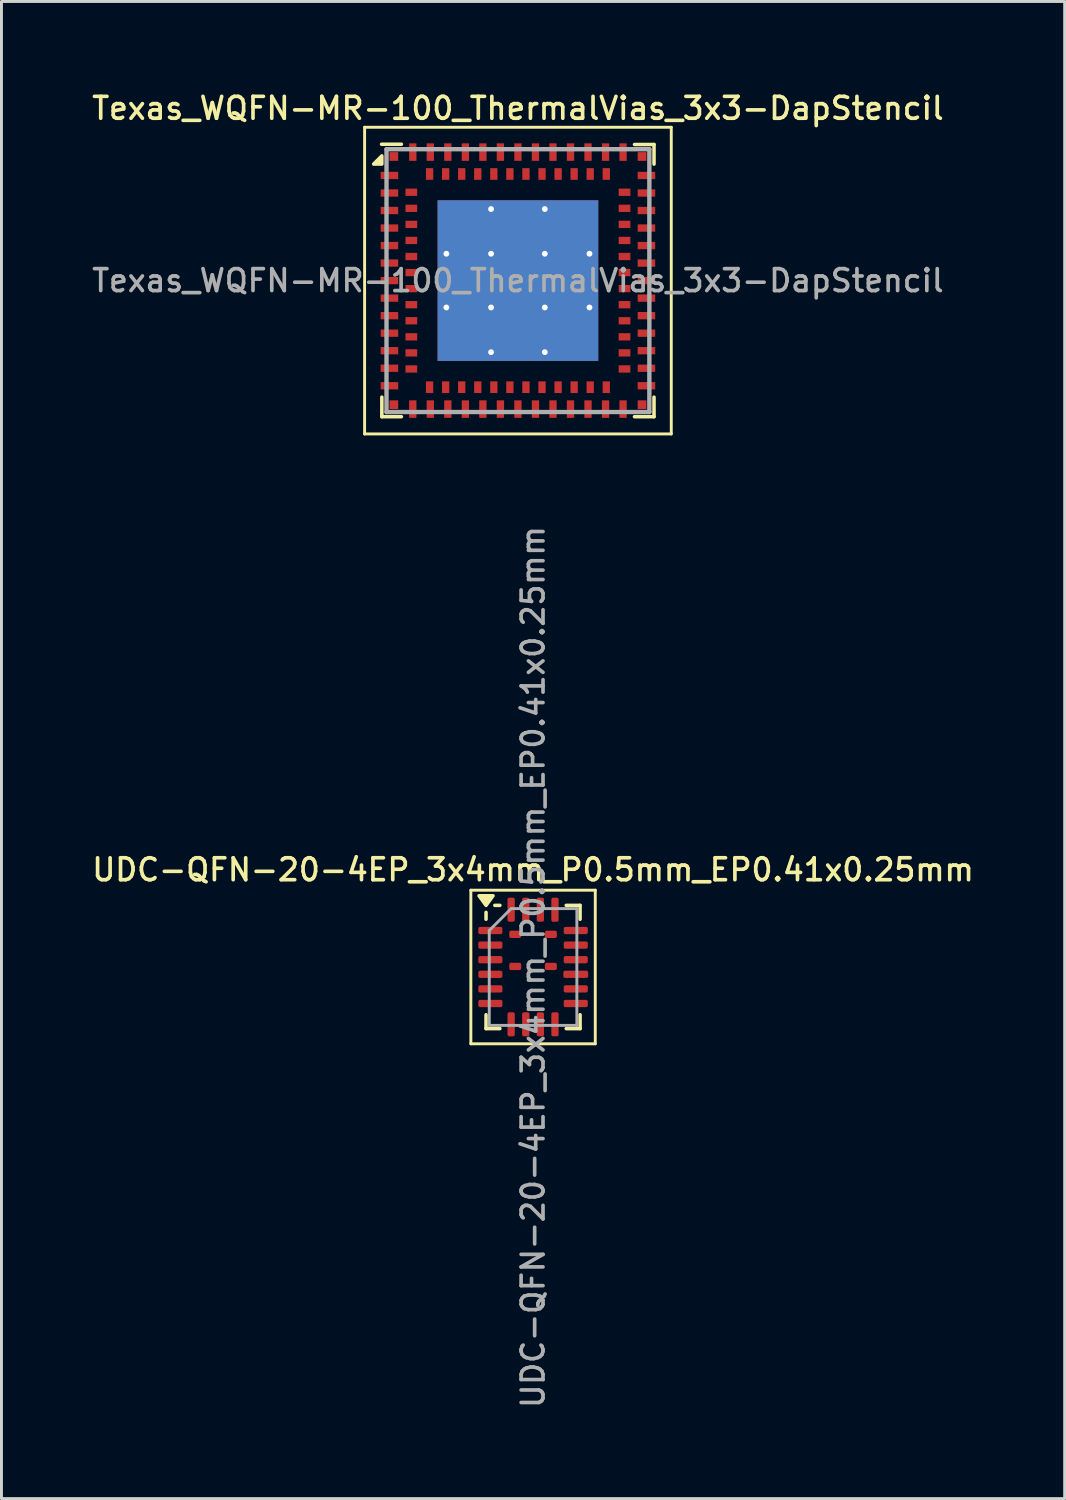
<source format=kicad_pcb>
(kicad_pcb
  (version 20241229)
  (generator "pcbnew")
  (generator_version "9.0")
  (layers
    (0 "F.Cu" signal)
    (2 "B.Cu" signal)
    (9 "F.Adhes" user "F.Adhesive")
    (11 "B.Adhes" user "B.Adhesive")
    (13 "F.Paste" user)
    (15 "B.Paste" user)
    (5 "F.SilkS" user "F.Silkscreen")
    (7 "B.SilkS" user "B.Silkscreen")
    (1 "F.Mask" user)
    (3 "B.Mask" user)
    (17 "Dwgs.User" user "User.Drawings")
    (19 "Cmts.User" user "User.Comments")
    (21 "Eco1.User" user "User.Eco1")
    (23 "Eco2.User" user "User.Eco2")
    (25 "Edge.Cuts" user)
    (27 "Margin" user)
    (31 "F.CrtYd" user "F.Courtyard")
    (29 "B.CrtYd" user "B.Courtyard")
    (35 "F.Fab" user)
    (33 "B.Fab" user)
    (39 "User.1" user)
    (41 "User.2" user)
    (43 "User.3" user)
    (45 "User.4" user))
  (footprint "UDC-QFN-20-4EP_3x4mm_P0.5mm_EP0.41x0.25mm"
    (layer "F.Cu")
    (at 15.202 30.06)
    (property "Reference" "UDC-QFN-20-4EP_3x4mm_P0.5mm_EP0.41x0.25mm" (at 0 -3.33 0) (layer "F.SilkS") (effects (font (size 0.75 0.75) (thickness 0.125))))
    (attr smd)
    (fp_line (start -2.13 -2.63) (end -2.13 2.63) (stroke (width 0.1) (type solid)) (layer "F.SilkS"))
    (fp_line (start -2.13 2.63) (end 2.13 2.63) (stroke (width 0.1) (type solid)) (layer "F.SilkS"))
    (fp_line (start -1.61 -1.635) (end -1.61 -1.87) (stroke (width 0.12) (type solid)) (layer "F.SilkS"))
    (fp_line (start -1.61 2.11) (end -1.61 1.635) (stroke (width 0.12) (type solid)) (layer "F.SilkS"))
    (fp_line (start -1.135 -2.11) (end -1.31 -2.11) (stroke (width 0.12) (type solid)) (layer "F.SilkS"))
    (fp_line (start -1.135 2.11) (end -1.61 2.11) (stroke (width 0.12) (type solid)) (layer "F.SilkS"))
    (fp_line (start 1.135 -2.11) (end 1.61 -2.11) (stroke (width 0.12) (type solid)) (layer "F.SilkS"))
    (fp_line (start 1.135 2.11) (end 1.61 2.11) (stroke (width 0.12) (type solid)) (layer "F.SilkS"))
    (fp_line (start 1.61 -2.11) (end 1.61 -1.635) (stroke (width 0.12) (type solid)) (layer "F.SilkS"))
    (fp_line (start 1.61 2.11) (end 1.61 1.635) (stroke (width 0.12) (type solid)) (layer "F.SilkS"))
    (fp_line (start 2.13 -2.63) (end -2.13 -2.63) (stroke (width 0.1) (type solid)) (layer "F.SilkS"))
    (fp_line (start 2.13 2.63) (end 2.13 -2.63) (stroke (width 0.1) (type solid)) (layer "F.SilkS"))
    (fp_poly (pts (xy -1.61 -2.11) (xy -1.85 -2.44) (xy -1.37 -2.44) (xy -1.61 -2.11)) (stroke (width 0.12) (type solid)) (fill yes) (layer "F.SilkS"))
    (fp_line (start -1.5 -1.25) (end -0.75 -2) (stroke (width 0.1) (type solid)) (layer "F.Fab"))
    (fp_line (start -1.5 2) (end -1.5 -1.25) (stroke (width 0.1) (type solid)) (layer "F.Fab"))
    (fp_line (start -0.75 -2) (end 1.5 -2) (stroke (width 0.1) (type solid)) (layer "F.Fab"))
    (fp_line (start 1.5 -2) (end 1.5 2) (stroke (width 0.1) (type solid)) (layer "F.Fab"))
    (fp_line (start 1.5 2) (end -1.5 2) (stroke (width 0.1) (type solid)) (layer "F.Fab"))
    (fp_text user "${REFERENCE}" (at 0 0 90) (layer "F.Fab") (effects (font (size 0.75 0.75) (thickness 0.125))))
    (pad "1" smd roundrect (at -1.462 -1.25) (size 0.825 0.25) (layers "F.Cu" "F.Mask" "F.Paste") (roundrect_rratio 0.25))
    (pad "2" smd roundrect (at -1.462 -0.75) (size 0.825 0.25) (layers "F.Cu" "F.Mask" "F.Paste") (roundrect_rratio 0.25))
    (pad "3" smd roundrect (at -1.462 -0.25) (size 0.825 0.25) (layers "F.Cu" "F.Mask" "F.Paste") (roundrect_rratio 0.25))
    (pad "4" smd roundrect (at -1.462 0.25) (size 0.825 0.25) (layers "F.Cu" "F.Mask" "F.Paste") (roundrect_rratio 0.25))
    (pad "5" smd roundrect (at -1.462 0.75) (size 0.825 0.25) (layers "F.Cu" "F.Mask" "F.Paste") (roundrect_rratio 0.25))
    (pad "6" smd roundrect (at -1.462 1.25) (size 0.825 0.25) (layers "F.Cu" "F.Mask" "F.Paste") (roundrect_rratio 0.25))
    (pad "7" smd roundrect (at -0.75 1.962) (size 0.25 0.825) (layers "F.Cu" "F.Mask" "F.Paste") (roundrect_rratio 0.25))
    (pad "8" smd roundrect (at -0.25 1.962) (size 0.25 0.825) (layers "F.Cu" "F.Mask" "F.Paste") (roundrect_rratio 0.25))
    (pad "9" smd roundrect (at 0.25 1.962) (size 0.25 0.825) (layers "F.Cu" "F.Mask" "F.Paste") (roundrect_rratio 0.25))
    (pad "10" smd roundrect (at 0.75 1.962) (size 0.25 0.825) (layers "F.Cu" "F.Mask" "F.Paste") (roundrect_rratio 0.25))
    (pad "11" smd roundrect (at 1.462 1.25) (size 0.825 0.25) (layers "F.Cu" "F.Mask" "F.Paste") (roundrect_rratio 0.25))
    (pad "12" smd roundrect (at 1.462 0.75) (size 0.825 0.25) (layers "F.Cu" "F.Mask" "F.Paste") (roundrect_rratio 0.25))
    (pad "13" smd roundrect (at 1.462 0.25) (size 0.85 0.25) (layers "F.Cu" "F.Mask" "F.Paste") (roundrect_rratio 0.25))
    (pad "14" smd roundrect (at 1.462 -0.25) (size 0.825 0.25) (layers "F.Cu" "F.Mask" "F.Paste") (roundrect_rratio 0.25))
    (pad "15" smd roundrect (at 1.462 -0.75) (size 0.825 0.25) (layers "F.Cu" "F.Mask" "F.Paste") (roundrect_rratio 0.25))
    (pad "16" smd roundrect (at 1.462 -1.25) (size 0.825 0.25) (layers "F.Cu" "F.Mask" "F.Paste") (roundrect_rratio 0.25))
    (pad "17" smd roundrect (at 0.75 -1.962) (size 0.25 0.825) (layers "F.Cu" "F.Mask" "F.Paste") (roundrect_rratio 0.25))
    (pad "18" smd roundrect (at 0.25 -1.962) (size 0.25 0.825) (layers "F.Cu" "F.Mask" "F.Paste") (roundrect_rratio 0.25))
    (pad "19" smd roundrect (at -0.25 -1.962) (size 0.25 0.825) (layers "F.Cu" "F.Mask" "F.Paste") (roundrect_rratio 0.25))
    (pad "20" smd roundrect (at -0.75 -1.962) (size 0.25 0.825) (layers "F.Cu" "F.Mask" "F.Paste") (roundrect_rratio 0.25))
    (pad "21" smd roundrect (at -0.61 -1.119) (size 0.41 0.25) (layers "F.Cu" "F.Mask" "F.Paste") (roundrect_rratio 0.25))
    (pad "22" smd roundrect (at 0.61 -1.119) (size 0.41 0.25) (layers "F.Cu" "F.Mask" "F.Paste") (roundrect_rratio 0.25))
    (pad "23" smd roundrect (at -0.61 -0.019) (size 0.41 0.25) (layers "F.Cu" "F.Mask" "F.Paste") (roundrect_rratio 0.25))
    (pad "24" smd roundrect (at 0.61 -0.019) (size 0.41 0.25) (layers "F.Cu" "F.Mask" "F.Paste") (roundrect_rratio 0.25)))
  (footprint "Texas_WQFN-MR-100_ThermalVias_3x3-DapStencil"
    (layer "F.Cu")
    (at 14.684 6.558)
    (property "Reference" "Texas_WQFN-MR-100_ThermalVias_3x3-DapStencil" (at 0 -5.9 0) (layer "F.SilkS") (effects (font (size 0.75 0.75) (thickness 0.125))))
    (attr smd)
    (fp_line (start -5.25 -5.25) (end 5.25 -5.25) (stroke (width 0.1) (type solid)) (layer "F.SilkS"))
    (fp_line (start -5.25 5.25) (end -5.25 -5.25) (stroke (width 0.1) (type solid)) (layer "F.SilkS"))
    (fp_line (start -4.67 -4.67) (end -3.99 -4.67) (stroke (width 0.12) (type solid)) (layer "F.SilkS"))
    (fp_line (start -4.66 3.99) (end -4.66 4.66) (stroke (width 0.12) (type solid)) (layer "F.SilkS"))
    (fp_line (start -4.66 4.66) (end -3.99 4.66) (stroke (width 0.12) (type solid)) (layer "F.SilkS"))
    (fp_line (start 4.66 -4.66) (end 3.99 -4.66) (stroke (width 0.12) (type solid)) (layer "F.SilkS"))
    (fp_line (start 4.66 -3.99) (end 4.66 -4.66) (stroke (width 0.12) (type solid)) (layer "F.SilkS"))
    (fp_line (start 4.66 3.99) (end 4.66 4.66) (stroke (width 0.12) (type solid)) (layer "F.SilkS"))
    (fp_line (start 4.66 4.66) (end 3.99 4.66) (stroke (width 0.12) (type solid)) (layer "F.SilkS"))
    (fp_line (start 5.25 -5.25) (end 5.25 5.25) (stroke (width 0.1) (type solid)) (layer "F.SilkS"))
    (fp_line (start 5.25 5.25) (end -5.25 5.25) (stroke (width 0.1) (type solid)) (layer "F.SilkS"))
    (fp_poly (pts (xy -4.66 -3.99) (xy -4.94 -3.99) (xy -4.66 -4.27) (xy -4.66 -3.99)) (stroke (width 0.12) (type solid)) (fill yes) (layer "F.SilkS"))
    (fp_line (start -4.5 -4.5) (end -4.5 4.5) (stroke (width 0.15) (type solid)) (layer "F.Fab"))
    (fp_line (start -4.5 -4.5) (end 4.5 -4.5) (stroke (width 0.15) (type solid)) (layer "F.Fab"))
    (fp_line (start -4.5 4.5) (end 4.5 4.5) (stroke (width 0.15) (type solid)) (layer "F.Fab"))
    (fp_line (start 4.5 -4.5) (end 4.5 4.5) (stroke (width 0.15) (type solid)) (layer "F.Fab"))
    (fp_text user "${REFERENCE}" (at 0 0 0) (layer "F.Fab") (effects (font (size 0.75 0.75) (thickness 0.125))))
    (pad "A1" smd rect (at -4.4 -3.6 90) (size 0.25 0.6) (layers "F.Cu" "F.Mask" "F.Paste"))
    (pad "A2" smd rect (at -4.4 -3 90) (size 0.25 0.6) (layers "F.Cu" "F.Mask" "F.Paste"))
    (pad "A3" smd rect (at -4.4 -2.4 90) (size 0.25 0.6) (layers "F.Cu" "F.Mask" "F.Paste"))
    (pad "A4" smd rect (at -4.4 -1.8 90) (size 0.25 0.6) (layers "F.Cu" "F.Mask" "F.Paste"))
    (pad "A5" smd rect (at -4.4 -1.2 90) (size 0.25 0.6) (layers "F.Cu" "F.Mask" "F.Paste"))
    (pad "A6" smd rect (at -4.4 -0.6 90) (size 0.25 0.6) (layers "F.Cu" "F.Mask" "F.Paste"))
    (pad "A7" smd rect (at -4.4 0 90) (size 0.25 0.6) (layers "F.Cu" "F.Mask" "F.Paste"))
    (pad "A8" smd rect (at -4.4 0.6 90) (size 0.25 0.6) (layers "F.Cu" "F.Mask" "F.Paste"))
    (pad "A9" smd rect (at -4.4 1.2 90) (size 0.25 0.6) (layers "F.Cu" "F.Mask" "F.Paste"))
    (pad "A10" smd rect (at -4.4 1.8 90) (size 0.25 0.6) (layers "F.Cu" "F.Mask" "F.Paste"))
    (pad "A11" smd rect (at -4.4 2.4 90) (size 0.25 0.6) (layers "F.Cu" "F.Mask" "F.Paste"))
    (pad "A12" smd rect (at -4.4 3 90) (size 0.25 0.6) (layers "F.Cu" "F.Mask" "F.Paste"))
    (pad "A13" smd rect (at -4.4 3.6 90) (size 0.25 0.6) (layers "F.Cu" "F.Mask" "F.Paste"))
    (pad "A14" smd rect (at -3.6 4.4) (size 0.25 0.6) (layers "F.Cu" "F.Mask" "F.Paste"))
    (pad "A15" smd rect (at -3 4.4) (size 0.25 0.6) (layers "F.Cu" "F.Mask" "F.Paste"))
    (pad "A16" smd rect (at -2.4 4.4) (size 0.25 0.6) (layers "F.Cu" "F.Mask" "F.Paste"))
    (pad "A17" smd rect (at -1.8 4.4) (size 0.25 0.6) (layers "F.Cu" "F.Mask" "F.Paste"))
    (pad "A18" smd rect (at -1.2 4.4) (size 0.25 0.6) (layers "F.Cu" "F.Mask" "F.Paste"))
    (pad "A19" smd rect (at -0.6 4.4) (size 0.25 0.6) (layers "F.Cu" "F.Mask" "F.Paste"))
    (pad "A20" smd rect (at 0 4.4) (size 0.25 0.6) (layers "F.Cu" "F.Mask" "F.Paste"))
    (pad "A21" smd rect (at 0.6 4.4) (size 0.25 0.6) (layers "F.Cu" "F.Mask" "F.Paste"))
    (pad "A22" smd rect (at 1.2 4.4) (size 0.25 0.6) (layers "F.Cu" "F.Mask" "F.Paste"))
    (pad "A23" smd rect (at 1.8 4.4) (size 0.25 0.6) (layers "F.Cu" "F.Mask" "F.Paste"))
    (pad "A24" smd rect (at 2.4 4.4) (size 0.25 0.6) (layers "F.Cu" "F.Mask" "F.Paste"))
    (pad "A25" smd rect (at 3 4.4) (size 0.25 0.6) (layers "F.Cu" "F.Mask" "F.Paste"))
    (pad "A26" smd rect (at 3.6 4.4) (size 0.25 0.6) (layers "F.Cu" "F.Mask" "F.Paste"))
    (pad "A27" smd rect (at 4.4 3.6 90) (size 0.25 0.6) (layers "F.Cu" "F.Mask" "F.Paste"))
    (pad "A28" smd rect (at 4.4 3 90) (size 0.25 0.6) (layers "F.Cu" "F.Mask" "F.Paste"))
    (pad "A29" smd rect (at 4.4 2.4 90) (size 0.25 0.6) (layers "F.Cu" "F.Mask" "F.Paste"))
    (pad "A30" smd rect (at 4.4 1.8 90) (size 0.25 0.6) (layers "F.Cu" "F.Mask" "F.Paste"))
    (pad "A31" smd rect (at 4.4 1.2 90) (size 0.25 0.6) (layers "F.Cu" "F.Mask" "F.Paste"))
    (pad "A32" smd rect (at 4.4 0.6 90) (size 0.25 0.6) (layers "F.Cu" "F.Mask" "F.Paste"))
    (pad "A33" smd rect (at 4.4 0 90) (size 0.25 0.6) (layers "F.Cu" "F.Mask" "F.Paste"))
    (pad "A34" smd rect (at 4.4 -0.6 90) (size 0.25 0.6) (layers "F.Cu" "F.Mask" "F.Paste"))
    (pad "A35" smd rect (at 4.4 -1.2 90) (size 0.25 0.6) (layers "F.Cu" "F.Mask" "F.Paste"))
    (pad "A36" smd rect (at 4.4 -1.8 90) (size 0.25 0.6) (layers "F.Cu" "F.Mask" "F.Paste"))
    (pad "A37" smd rect (at 4.4 -2.4 90) (size 0.25 0.6) (layers "F.Cu" "F.Mask" "F.Paste"))
    (pad "A38" smd rect (at 4.4 -3 90) (size 0.25 0.6) (layers "F.Cu" "F.Mask" "F.Paste"))
    (pad "A39" smd rect (at 4.4 -3.6 90) (size 0.25 0.6) (layers "F.Cu" "F.Mask" "F.Paste"))
    (pad "A40" smd rect (at 3.6 -4.4) (size 0.25 0.6) (layers "F.Cu" "F.Mask" "F.Paste"))
    (pad "A41" smd rect (at 3 -4.4) (size 0.25 0.6) (layers "F.Cu" "F.Mask" "F.Paste"))
    (pad "A42" smd rect (at 2.4 -4.4) (size 0.25 0.6) (layers "F.Cu" "F.Mask" "F.Paste"))
    (pad "A43" smd rect (at 1.8 -4.4) (size 0.25 0.6) (layers "F.Cu" "F.Mask" "F.Paste"))
    (pad "A44" smd rect (at 1.2 -4.4) (size 0.25 0.6) (layers "F.Cu" "F.Mask" "F.Paste"))
    (pad "A45" smd rect (at 0.6 -4.4) (size 0.25 0.6) (layers "F.Cu" "F.Mask" "F.Paste"))
    (pad "A46" smd rect (at 0 -4.4) (size 0.25 0.6) (layers "F.Cu" "F.Mask" "F.Paste"))
    (pad "A47" smd rect (at -0.6 -4.4) (size 0.25 0.6) (layers "F.Cu" "F.Mask" "F.Paste"))
    (pad "A48" smd rect (at -1.2 -4.4) (size 0.25 0.6) (layers "F.Cu" "F.Mask" "F.Paste"))
    (pad "A49" smd rect (at -1.8 -4.4) (size 0.25 0.6) (layers "F.Cu" "F.Mask" "F.Paste"))
    (pad "A50" smd rect (at -2.4 -4.4) (size 0.25 0.6) (layers "F.Cu" "F.Mask" "F.Paste"))
    (pad "A51" smd rect (at -3 -4.4) (size 0.25 0.6) (layers "F.Cu" "F.Mask" "F.Paste"))
    (pad "A52" smd rect (at -3.6 -4.4) (size 0.25 0.6) (layers "F.Cu" "F.Mask" "F.Paste"))
    (pad "A53" thru_hole circle (at -2.45 -0.92) (size 0.5 0.5) (drill 0.2) (layers "*.Cu"))
    (pad "A53" thru_hole circle (at -2.45 0.92) (size 0.5 0.5) (drill 0.2) (layers "*.Cu"))
    (pad "A53" smd rect (at -1.835 -1.835) (size 1.83 1.83) (layers "F.Cu" "F.Mask" "F.Paste"))
    (pad "A53" smd rect (at -1.835 0) (size 1.83 1.84) (layers "F.Cu" "F.Mask" "F.Paste"))
    (pad "A53" smd rect (at -1.835 1.835) (size 1.83 1.83) (layers "F.Cu" "F.Mask" "F.Paste"))
    (pad "A53" thru_hole circle (at -0.92 -2.45) (size 0.5 0.5) (drill 0.2) (layers "*.Cu"))
    (pad "A53" thru_hole circle (at -0.92 -0.92) (size 0.5 0.5) (drill 0.2) (layers "*.Cu"))
    (pad "A53" thru_hole circle (at -0.92 0.92) (size 0.5 0.5) (drill 0.2) (layers "*.Cu"))
    (pad "A53" thru_hole circle (at -0.92 2.45) (size 0.5 0.5) (drill 0.2) (layers "*.Cu"))
    (pad "A53" smd rect (at 0 -1.835) (size 1.84 1.83) (layers "F.Cu" "F.Mask" "F.Paste"))
    (pad "A53" smd rect (at 0 0) (size 1.84 1.84) (layers "F.Cu" "F.Mask" "F.Paste"))
    (pad "A53" smd rect (at 0 0) (size 5.5 5.5) (layers "B.Cu"))
    (pad "A53" smd rect (at 0 1.835) (size 1.84 1.83) (layers "F.Cu" "F.Mask" "F.Paste"))
    (pad "A53" thru_hole circle (at 0.92 -2.45) (size 0.5 0.5) (drill 0.2) (layers "*.Cu"))
    (pad "A53" thru_hole circle (at 0.92 -0.92) (size 0.5 0.5) (drill 0.2) (layers "*.Cu"))
    (pad "A53" thru_hole circle (at 0.92 0.92) (size 0.5 0.5) (drill 0.2) (layers "*.Cu"))
    (pad "A53" thru_hole circle (at 0.92 2.45) (size 0.5 0.5) (drill 0.2) (layers "*.Cu"))
    (pad "A53" smd rect (at 1.835 -1.835) (size 1.83 1.83) (layers "F.Cu" "F.Mask" "F.Paste"))
    (pad "A53" smd rect (at 1.835 0) (size 1.83 1.84) (layers "F.Cu" "F.Mask" "F.Paste"))
    (pad "A53" smd rect (at 1.835 1.835) (size 1.83 1.83) (layers "F.Cu" "F.Mask" "F.Paste"))
    (pad "A53" thru_hole circle (at 2.45 -0.92) (size 0.5 0.5) (drill 0.2) (layers "*.Cu"))
    (pad "A53" thru_hole circle (at 2.45 0.92) (size 0.5 0.5) (drill 0.2) (layers "*.Cu"))
    (pad "B1" smd rect (at -3.65 -3.025 90) (size 0.25 0.4) (layers "F.Cu" "F.Mask" "F.Paste"))
    (pad "B2" smd rect (at -3.65 -2.475 90) (size 0.25 0.4) (layers "F.Cu" "F.Mask" "F.Paste"))
    (pad "B3" smd rect (at -3.65 -1.925 90) (size 0.25 0.4) (layers "F.Cu" "F.Mask" "F.Paste"))
    (pad "B4" smd rect (at -3.65 -1.375 90) (size 0.25 0.4) (layers "F.Cu" "F.Mask" "F.Paste"))
    (pad "B5" smd rect (at -3.65 -0.825 90) (size 0.25 0.4) (layers "F.Cu" "F.Mask" "F.Paste"))
    (pad "B6" smd rect (at -3.65 -0.275 90) (size 0.25 0.4) (layers "F.Cu" "F.Mask" "F.Paste"))
    (pad "B7" smd rect (at -3.65 0.275 90) (size 0.25 0.4) (layers "F.Cu" "F.Mask" "F.Paste"))
    (pad "B8" smd rect (at -3.65 0.825 90) (size 0.25 0.4) (layers "F.Cu" "F.Mask" "F.Paste"))
    (pad "B9" smd rect (at -3.65 1.375 90) (size 0.25 0.4) (layers "F.Cu" "F.Mask" "F.Paste"))
    (pad "B10" smd rect (at -3.65 1.925 90) (size 0.25 0.4) (layers "F.Cu" "F.Mask" "F.Paste"))
    (pad "B11" smd rect (at -3.65 2.475 90) (size 0.25 0.4) (layers "F.Cu" "F.Mask" "F.Paste"))
    (pad "B12" smd rect (at -3.65 3.025 90) (size 0.25 0.4) (layers "F.Cu" "F.Mask" "F.Paste"))
    (pad "B13" smd rect (at -3.025 3.65) (size 0.25 0.4) (layers "F.Cu" "F.Mask" "F.Paste"))
    (pad "B14" smd rect (at -2.475 3.65) (size 0.25 0.4) (layers "F.Cu" "F.Mask" "F.Paste"))
    (pad "B15" smd rect (at -1.925 3.65) (size 0.25 0.4) (layers "F.Cu" "F.Mask" "F.Paste"))
    (pad "B16" smd rect (at -1.375 3.65) (size 0.25 0.4) (layers "F.Cu" "F.Mask" "F.Paste"))
    (pad "B17" smd rect (at -0.825 3.65) (size 0.25 0.4) (layers "F.Cu" "F.Mask" "F.Paste"))
    (pad "B18" smd rect (at -0.275 3.65) (size 0.25 0.4) (layers "F.Cu" "F.Mask" "F.Paste"))
    (pad "B19" smd rect (at 0.275 3.65) (size 0.25 0.4) (layers "F.Cu" "F.Mask" "F.Paste"))
    (pad "B20" smd rect (at 0.825 3.65) (size 0.25 0.4) (layers "F.Cu" "F.Mask" "F.Paste"))
    (pad "B21" smd rect (at 1.375 3.65) (size 0.25 0.4) (layers "F.Cu" "F.Mask" "F.Paste"))
    (pad "B22" smd rect (at 1.925 3.65) (size 0.25 0.4) (layers "F.Cu" "F.Mask" "F.Paste"))
    (pad "B23" smd rect (at 2.475 3.65) (size 0.25 0.4) (layers "F.Cu" "F.Mask" "F.Paste"))
    (pad "B24" smd rect (at 3.025 3.65) (size 0.25 0.4) (layers "F.Cu" "F.Mask" "F.Paste"))
    (pad "B25" smd rect (at 3.65 3.025 90) (size 0.25 0.4) (layers "F.Cu" "F.Mask" "F.Paste"))
    (pad "B26" smd rect (at 3.65 2.475 90) (size 0.25 0.4) (layers "F.Cu" "F.Mask" "F.Paste"))
    (pad "B27" smd rect (at 3.65 1.925 90) (size 0.25 0.4) (layers "F.Cu" "F.Mask" "F.Paste"))
    (pad "B28" smd rect (at 3.65 1.375 90) (size 0.25 0.4) (layers "F.Cu" "F.Mask" "F.Paste"))
    (pad "B29" smd rect (at 3.65 0.825 90) (size 0.25 0.4) (layers "F.Cu" "F.Mask" "F.Paste"))
    (pad "B30" smd rect (at 3.65 0.275 90) (size 0.25 0.4) (layers "F.Cu" "F.Mask" "F.Paste"))
    (pad "B31" smd rect (at 3.65 -0.275 90) (size 0.25 0.4) (layers "F.Cu" "F.Mask" "F.Paste"))
    (pad "B32" smd rect (at 3.65 -0.825 90) (size 0.25 0.4) (layers "F.Cu" "F.Mask" "F.Paste"))
    (pad "B33" smd rect (at 3.65 -1.375 90) (size 0.25 0.4) (layers "F.Cu" "F.Mask" "F.Paste"))
    (pad "B34" smd rect (at 3.65 -1.925 90) (size 0.25 0.4) (layers "F.Cu" "F.Mask" "F.Paste"))
    (pad "B35" smd rect (at 3.65 -2.475 90) (size 0.25 0.4) (layers "F.Cu" "F.Mask" "F.Paste"))
    (pad "B36" smd rect (at 3.65 -3.025 90) (size 0.25 0.4) (layers "F.Cu" "F.Mask" "F.Paste"))
    (pad "B37" smd rect (at 3.025 -3.65) (size 0.25 0.4) (layers "F.Cu" "F.Mask" "F.Paste"))
    (pad "B38" smd rect (at 2.475 -3.65) (size 0.25 0.4) (layers "F.Cu" "F.Mask" "F.Paste"))
    (pad "B39" smd rect (at 1.925 -3.65) (size 0.25 0.4) (layers "F.Cu" "F.Mask" "F.Paste"))
    (pad "B40" smd rect (at 1.375 -3.65) (size 0.25 0.4) (layers "F.Cu" "F.Mask" "F.Paste"))
    (pad "B41" smd rect (at 0.825 -3.65) (size 0.25 0.4) (layers "F.Cu" "F.Mask" "F.Paste"))
    (pad "B42" smd rect (at 0.275 -3.65) (size 0.25 0.4) (layers "F.Cu" "F.Mask" "F.Paste"))
    (pad "B43" smd rect (at -0.275 -3.65) (size 0.25 0.4) (layers "F.Cu" "F.Mask" "F.Paste"))
    (pad "B44" smd rect (at -0.825 -3.65) (size 0.25 0.4) (layers "F.Cu" "F.Mask" "F.Paste"))
    (pad "B45" smd rect (at -1.375 -3.65) (size 0.25 0.4) (layers "F.Cu" "F.Mask" "F.Paste"))
    (pad "B46" smd rect (at -1.925 -3.65) (size 0.25 0.4) (layers "F.Cu" "F.Mask" "F.Paste"))
    (pad "B47" smd rect (at -2.475 -3.65) (size 0.25 0.4) (layers "F.Cu" "F.Mask" "F.Paste"))
    (pad "B48" smd rect (at -3.025 -3.65) (size 0.25 0.4) (layers "F.Cu" "F.Mask" "F.Paste"))
    (pad "C1" smd rect (at -4.25 -4.25) (size 0.3 0.3) (layers "F.Cu" "F.Mask" "F.Paste"))
    (pad "C2" smd rect (at -4.25 4.25) (size 0.3 0.3) (layers "F.Cu" "F.Mask" "F.Paste"))
    (pad "C3" smd rect (at 4.25 4.25) (size 0.3 0.3) (layers "F.Cu" "F.Mask" "F.Paste"))
    (pad "C4" smd rect (at 4.25 -4.25) (size 0.3 0.3) (layers "F.Cu" "F.Mask" "F.Paste")))
  (gr_rect
    (start -3 -3)
    (end 33.404 48.262)
    (stroke (width 0.1) (type default))
    (fill no)
    (layer "Edge.Cuts")))
</source>
